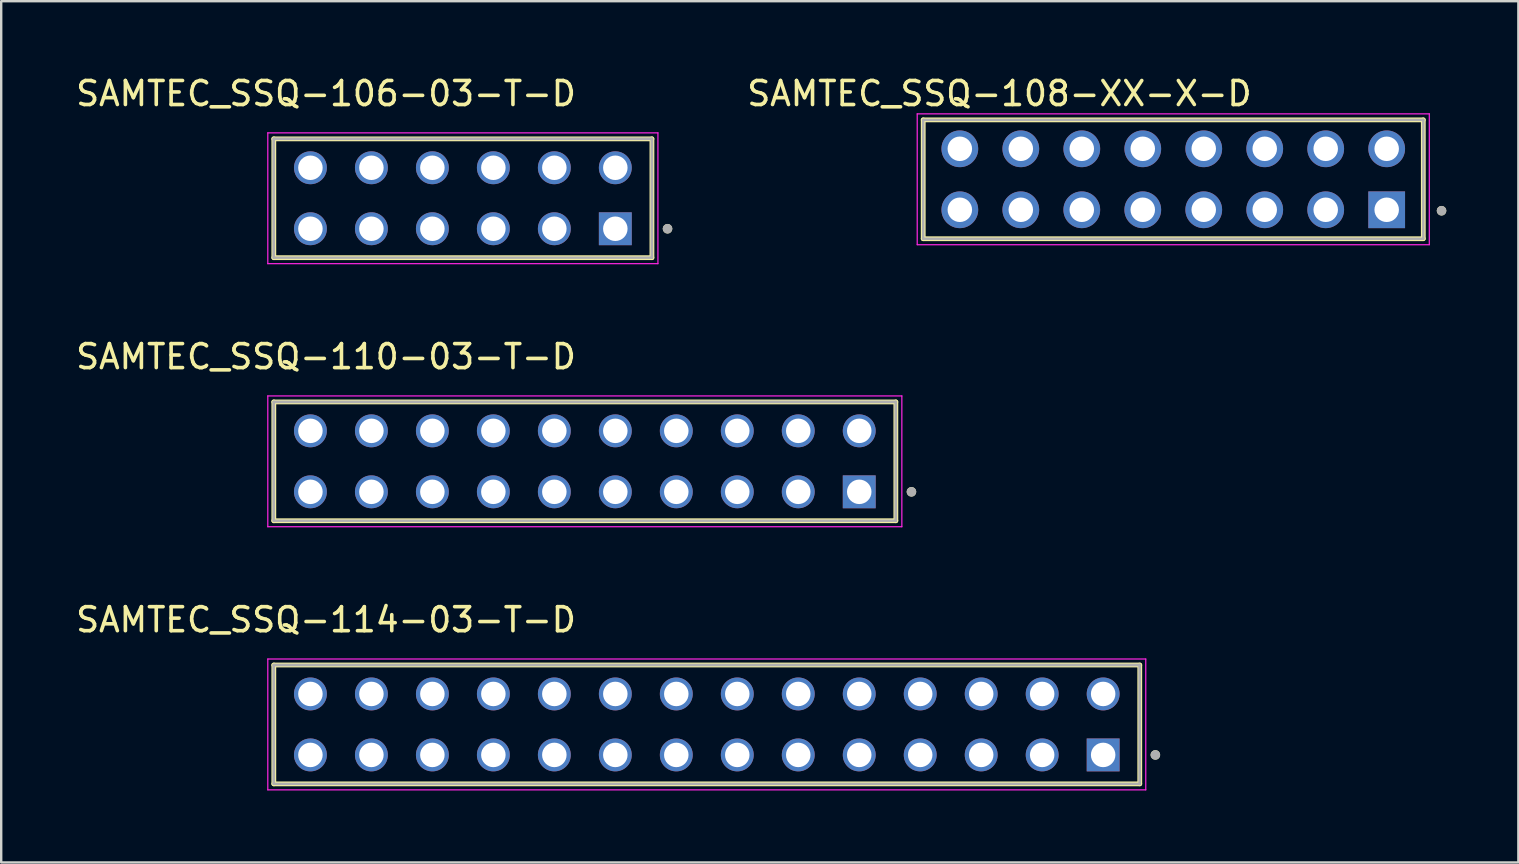
<source format=kicad_pcb>
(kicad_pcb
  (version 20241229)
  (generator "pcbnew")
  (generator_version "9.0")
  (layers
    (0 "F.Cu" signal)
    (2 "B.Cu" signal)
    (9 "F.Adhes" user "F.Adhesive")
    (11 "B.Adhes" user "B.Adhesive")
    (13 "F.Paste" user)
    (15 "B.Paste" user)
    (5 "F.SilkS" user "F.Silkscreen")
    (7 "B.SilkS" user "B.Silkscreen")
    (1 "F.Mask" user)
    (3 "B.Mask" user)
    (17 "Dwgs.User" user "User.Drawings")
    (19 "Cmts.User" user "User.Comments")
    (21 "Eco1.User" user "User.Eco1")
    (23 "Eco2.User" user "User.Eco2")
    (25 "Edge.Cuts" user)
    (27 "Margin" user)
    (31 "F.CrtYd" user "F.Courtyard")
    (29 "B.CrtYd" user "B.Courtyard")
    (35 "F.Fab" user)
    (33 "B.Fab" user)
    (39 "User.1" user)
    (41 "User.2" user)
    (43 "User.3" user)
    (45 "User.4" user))
  (footprint "SAMTEC_SSQ-106-03-T-D"
    (layer "F.Cu")
    (at 16.23 5.208)
    (property "Reference" "SAMTEC_SSQ-106-03-T-D" (at -5.7 -4.36 0) (layer "F.SilkS") (effects (font (size 1 1) (thickness 0.15))))
    (attr through_hole)
    (fp_line (start -7.875 2.475) (end -7.875 -2.475) (stroke (width 0.2) (type solid)) (layer "F.SilkS"))
    (fp_line (start 7.875 -2.475) (end -7.875 -2.475) (stroke (width 0.2) (type solid)) (layer "F.SilkS"))
    (fp_line (start 7.875 -2.475) (end 7.875 2.475) (stroke (width 0.2) (type solid)) (layer "F.SilkS"))
    (fp_line (start 7.875 2.475) (end -7.875 2.475) (stroke (width 0.2) (type solid)) (layer "F.SilkS"))
    (fp_circle (center 8.525 1.27) (end 8.625 1.27) (stroke (width 0.2) (type solid)) (fill no) (layer "F.SilkS"))
    (fp_line (start -8.125 -2.725) (end 8.125 -2.725) (stroke (width 0.05) (type solid)) (layer "F.CrtYd"))
    (fp_line (start -8.125 2.725) (end -8.125 -2.725) (stroke (width 0.05) (type solid)) (layer "F.CrtYd"))
    (fp_line (start 8.125 -2.725) (end 8.125 2.725) (stroke (width 0.05) (type solid)) (layer "F.CrtYd"))
    (fp_line (start 8.125 2.725) (end -8.125 2.725) (stroke (width 0.05) (type solid)) (layer "F.CrtYd"))
    (fp_line (start -7.875 -2.475) (end 7.875 -2.475) (stroke (width 0.1) (type solid)) (layer "F.Fab"))
    (fp_line (start -7.875 -2.475) (end 7.875 -2.475) (stroke (width 0.1) (type solid)) (layer "F.Fab"))
    (fp_line (start -7.875 2.475) (end -7.875 -2.475) (stroke (width 0.1) (type solid)) (layer "F.Fab"))
    (fp_line (start -7.875 2.475) (end -7.875 -2.475) (stroke (width 0.1) (type solid)) (layer "F.Fab"))
    (fp_line (start 7.875 -2.475) (end 7.875 2.475) (stroke (width 0.1) (type solid)) (layer "F.Fab"))
    (fp_line (start 7.875 -2.475) (end 7.875 2.475) (stroke (width 0.1) (type solid)) (layer "F.Fab"))
    (fp_line (start 7.875 2.475) (end -7.875 2.475) (stroke (width 0.1) (type solid)) (layer "F.Fab"))
    (fp_circle (center 8.525 1.27) (end 8.625 1.27) (stroke (width 0.2) (type solid)) (fill no) (layer "F.Fab"))
    (pad "01" thru_hole rect (at 6.35 1.27) (size 1.37 1.37) (drill 1.02) (layers "*.Cu" "*.Mask"))
    (pad "02" thru_hole circle (at 6.35 -1.27) (size 1.37 1.37) (drill 1.02) (layers "*.Cu" "*.Mask"))
    (pad "03" thru_hole circle (at 3.81 1.27) (size 1.37 1.37) (drill 1.02) (layers "*.Cu" "*.Mask"))
    (pad "04" thru_hole circle (at 3.81 -1.27) (size 1.37 1.37) (drill 1.02) (layers "*.Cu" "*.Mask"))
    (pad "05" thru_hole circle (at 1.27 1.27) (size 1.37 1.37) (drill 1.02) (layers "*.Cu" "*.Mask"))
    (pad "06" thru_hole circle (at 1.27 -1.27) (size 1.37 1.37) (drill 1.02) (layers "*.Cu" "*.Mask"))
    (pad "07" thru_hole circle (at -1.27 1.27) (size 1.37 1.37) (drill 1.02) (layers "*.Cu" "*.Mask"))
    (pad "08" thru_hole circle (at -1.27 -1.27) (size 1.37 1.37) (drill 1.02) (layers "*.Cu" "*.Mask"))
    (pad "09" thru_hole circle (at -3.81 1.27) (size 1.37 1.37) (drill 1.02) (layers "*.Cu" "*.Mask"))
    (pad "10" thru_hole circle (at -3.81 -1.27) (size 1.37 1.37) (drill 1.02) (layers "*.Cu" "*.Mask"))
    (pad "11" thru_hole circle (at -6.35 1.27) (size 1.37 1.37) (drill 1.02) (layers "*.Cu" "*.Mask"))
    (pad "12" thru_hole circle (at -6.35 -1.27) (size 1.37 1.37) (drill 1.02) (layers "*.Cu" "*.Mask")))
  (footprint "SAMTEC_SSQ-108-XX-X-D"
    (layer "F.Cu")
    (at 45.82 4.418)
    (property "Reference" "SAMTEC_SSQ-108-XX-X-D" (at -7.24 -3.57 0) (layer "F.SilkS") (effects (font (size 1 1) (thickness 0.15))))
    (attr through_hole)
    (fp_line (start -10.415 -2.475) (end -10.415 2.475) (stroke (width 0.2) (type solid)) (layer "F.SilkS"))
    (fp_line (start -10.415 2.475) (end 10.415 2.475) (stroke (width 0.2) (type solid)) (layer "F.SilkS"))
    (fp_line (start 10.415 -2.475) (end -10.415 -2.475) (stroke (width 0.2) (type solid)) (layer "F.SilkS"))
    (fp_line (start 10.415 2.475) (end 10.415 -2.475) (stroke (width 0.2) (type solid)) (layer "F.SilkS"))
    (fp_circle (center 11.175 1.31) (end 11.275 1.31) (stroke (width 0.2) (type solid)) (fill no) (layer "F.SilkS"))
    (fp_line (start -10.665 -2.725) (end -10.665 2.725) (stroke (width 0.05) (type solid)) (layer "F.CrtYd"))
    (fp_line (start -10.665 2.725) (end 10.665 2.725) (stroke (width 0.05) (type solid)) (layer "F.CrtYd"))
    (fp_line (start 10.665 -2.725) (end -10.665 -2.725) (stroke (width 0.05) (type solid)) (layer "F.CrtYd"))
    (fp_line (start 10.665 2.725) (end 10.665 -2.725) (stroke (width 0.05) (type solid)) (layer "F.CrtYd"))
    (fp_line (start -10.415 -2.475) (end -10.415 2.475) (stroke (width 0.1) (type solid)) (layer "F.Fab"))
    (fp_line (start -10.415 -2.475) (end 10.415 -2.475) (stroke (width 0.1) (type solid)) (layer "F.Fab"))
    (fp_line (start -10.415 2.475) (end 10.415 2.475) (stroke (width 0.1) (type solid)) (layer "F.Fab"))
    (fp_line (start 10.415 2.475) (end 10.415 -2.475) (stroke (width 0.1) (type solid)) (layer "F.Fab"))
    (fp_circle (center 11.175 1.31) (end 11.275 1.31) (stroke (width 0.2) (type solid)) (fill no) (layer "F.Fab"))
    (pad "01" thru_hole rect (at 8.89 1.27) (size 1.53 1.53) (drill 1.02) (layers "*.Cu" "*.Mask"))
    (pad "02" thru_hole circle (at 8.89 -1.27) (size 1.53 1.53) (drill 1.02) (layers "*.Cu" "*.Mask"))
    (pad "03" thru_hole circle (at 6.35 1.27) (size 1.53 1.53) (drill 1.02) (layers "*.Cu" "*.Mask"))
    (pad "04" thru_hole circle (at 6.35 -1.27) (size 1.53 1.53) (drill 1.02) (layers "*.Cu" "*.Mask"))
    (pad "05" thru_hole circle (at 3.81 1.27) (size 1.53 1.53) (drill 1.02) (layers "*.Cu" "*.Mask"))
    (pad "06" thru_hole circle (at 3.81 -1.27) (size 1.53 1.53) (drill 1.02) (layers "*.Cu" "*.Mask"))
    (pad "07" thru_hole circle (at 1.27 1.27) (size 1.53 1.53) (drill 1.02) (layers "*.Cu" "*.Mask"))
    (pad "08" thru_hole circle (at 1.27 -1.27) (size 1.53 1.53) (drill 1.02) (layers "*.Cu" "*.Mask"))
    (pad "09" thru_hole circle (at -1.27 1.27) (size 1.53 1.53) (drill 1.02) (layers "*.Cu" "*.Mask"))
    (pad "10" thru_hole circle (at -1.27 -1.27) (size 1.53 1.53) (drill 1.02) (layers "*.Cu" "*.Mask"))
    (pad "11" thru_hole circle (at -3.81 1.27) (size 1.53 1.53) (drill 1.02) (layers "*.Cu" "*.Mask"))
    (pad "12" thru_hole circle (at -3.81 -1.27) (size 1.53 1.53) (drill 1.02) (layers "*.Cu" "*.Mask"))
    (pad "13" thru_hole circle (at -6.35 1.27) (size 1.53 1.53) (drill 1.02) (layers "*.Cu" "*.Mask"))
    (pad "14" thru_hole circle (at -6.35 -1.27) (size 1.53 1.53) (drill 1.02) (layers "*.Cu" "*.Mask"))
    (pad "15" thru_hole circle (at -8.89 1.27) (size 1.53 1.53) (drill 1.02) (layers "*.Cu" "*.Mask"))
    (pad "16" thru_hole circle (at -8.89 -1.27) (size 1.53 1.53) (drill 1.02) (layers "*.Cu" "*.Mask")))
  (footprint "SAMTEC_SSQ-114-03-T-D"
    (layer "F.Cu")
    (at 26.39 27.125)
    (property "Reference" "SAMTEC_SSQ-114-03-T-D" (at -15.86 -4.36 0) (layer "F.SilkS") (effects (font (size 1 1) (thickness 0.15))))
    (attr through_hole)
    (fp_line (start -18.035 2.475) (end -18.035 -2.475) (stroke (width 0.2) (type solid)) (layer "F.SilkS"))
    (fp_line (start 18.035 -2.475) (end -18.035 -2.475) (stroke (width 0.2) (type solid)) (layer "F.SilkS"))
    (fp_line (start 18.035 -2.475) (end 18.035 2.475) (stroke (width 0.2) (type solid)) (layer "F.SilkS"))
    (fp_line (start 18.035 2.475) (end -18.035 2.475) (stroke (width 0.2) (type solid)) (layer "F.SilkS"))
    (fp_circle (center 18.685 1.27) (end 18.785 1.27) (stroke (width 0.2) (type solid)) (fill no) (layer "F.SilkS"))
    (fp_line (start -18.285 -2.725) (end 18.285 -2.725) (stroke (width 0.05) (type solid)) (layer "F.CrtYd"))
    (fp_line (start -18.285 2.725) (end -18.285 -2.725) (stroke (width 0.05) (type solid)) (layer "F.CrtYd"))
    (fp_line (start 18.285 -2.725) (end 18.285 2.725) (stroke (width 0.05) (type solid)) (layer "F.CrtYd"))
    (fp_line (start 18.285 2.725) (end -18.285 2.725) (stroke (width 0.05) (type solid)) (layer "F.CrtYd"))
    (fp_line (start -18.035 -2.475) (end 18.035 -2.475) (stroke (width 0.1) (type solid)) (layer "F.Fab"))
    (fp_line (start -18.035 -2.475) (end 18.035 -2.475) (stroke (width 0.1) (type solid)) (layer "F.Fab"))
    (fp_line (start -18.035 2.475) (end -18.035 -2.475) (stroke (width 0.1) (type solid)) (layer "F.Fab"))
    (fp_line (start -18.035 2.475) (end -18.035 -2.475) (stroke (width 0.1) (type solid)) (layer "F.Fab"))
    (fp_line (start 18.035 -2.475) (end 18.035 2.475) (stroke (width 0.1) (type solid)) (layer "F.Fab"))
    (fp_line (start 18.035 -2.475) (end 18.035 2.475) (stroke (width 0.1) (type solid)) (layer "F.Fab"))
    (fp_line (start 18.035 2.475) (end -18.035 2.475) (stroke (width 0.1) (type solid)) (layer "F.Fab"))
    (fp_circle (center 18.685 1.27) (end 18.785 1.27) (stroke (width 0.2) (type solid)) (fill no) (layer "F.Fab"))
    (pad "01" thru_hole rect (at 16.51 1.27) (size 1.37 1.37) (drill 1.02) (layers "*.Cu" "*.Mask"))
    (pad "02" thru_hole circle (at 16.51 -1.27) (size 1.37 1.37) (drill 1.02) (layers "*.Cu" "*.Mask"))
    (pad "03" thru_hole circle (at 13.97 1.27) (size 1.37 1.37) (drill 1.02) (layers "*.Cu" "*.Mask"))
    (pad "04" thru_hole circle (at 13.97 -1.27) (size 1.37 1.37) (drill 1.02) (layers "*.Cu" "*.Mask"))
    (pad "05" thru_hole circle (at 11.43 1.27) (size 1.37 1.37) (drill 1.02) (layers "*.Cu" "*.Mask"))
    (pad "06" thru_hole circle (at 11.43 -1.27) (size 1.37 1.37) (drill 1.02) (layers "*.Cu" "*.Mask"))
    (pad "07" thru_hole circle (at 8.89 1.27) (size 1.37 1.37) (drill 1.02) (layers "*.Cu" "*.Mask"))
    (pad "08" thru_hole circle (at 8.89 -1.27) (size 1.37 1.37) (drill 1.02) (layers "*.Cu" "*.Mask"))
    (pad "09" thru_hole circle (at 6.35 1.27) (size 1.37 1.37) (drill 1.02) (layers "*.Cu" "*.Mask"))
    (pad "10" thru_hole circle (at 6.35 -1.27) (size 1.37 1.37) (drill 1.02) (layers "*.Cu" "*.Mask"))
    (pad "11" thru_hole circle (at 3.81 1.27) (size 1.37 1.37) (drill 1.02) (layers "*.Cu" "*.Mask"))
    (pad "12" thru_hole circle (at 3.81 -1.27) (size 1.37 1.37) (drill 1.02) (layers "*.Cu" "*.Mask"))
    (pad "13" thru_hole circle (at 1.27 1.27) (size 1.37 1.37) (drill 1.02) (layers "*.Cu" "*.Mask"))
    (pad "14" thru_hole circle (at 1.27 -1.27) (size 1.37 1.37) (drill 1.02) (layers "*.Cu" "*.Mask"))
    (pad "15" thru_hole circle (at -1.27 1.27) (size 1.37 1.37) (drill 1.02) (layers "*.Cu" "*.Mask"))
    (pad "16" thru_hole circle (at -1.27 -1.27) (size 1.37 1.37) (drill 1.02) (layers "*.Cu" "*.Mask"))
    (pad "17" thru_hole circle (at -3.81 1.27) (size 1.37 1.37) (drill 1.02) (layers "*.Cu" "*.Mask"))
    (pad "18" thru_hole circle (at -3.81 -1.27) (size 1.37 1.37) (drill 1.02) (layers "*.Cu" "*.Mask"))
    (pad "19" thru_hole circle (at -6.35 1.27) (size 1.37 1.37) (drill 1.02) (layers "*.Cu" "*.Mask"))
    (pad "20" thru_hole circle (at -6.35 -1.27) (size 1.37 1.37) (drill 1.02) (layers "*.Cu" "*.Mask"))
    (pad "21" thru_hole circle (at -8.89 1.27) (size 1.37 1.37) (drill 1.02) (layers "*.Cu" "*.Mask"))
    (pad "22" thru_hole circle (at -8.89 -1.27) (size 1.37 1.37) (drill 1.02) (layers "*.Cu" "*.Mask"))
    (pad "23" thru_hole circle (at -11.43 1.27) (size 1.37 1.37) (drill 1.02) (layers "*.Cu" "*.Mask"))
    (pad "24" thru_hole circle (at -11.43 -1.27) (size 1.37 1.37) (drill 1.02) (layers "*.Cu" "*.Mask"))
    (pad "25" thru_hole circle (at -13.97 1.27) (size 1.37 1.37) (drill 1.02) (layers "*.Cu" "*.Mask"))
    (pad "26" thru_hole circle (at -13.97 -1.27) (size 1.37 1.37) (drill 1.02) (layers "*.Cu" "*.Mask"))
    (pad "27" thru_hole circle (at -16.51 1.27) (size 1.37 1.37) (drill 1.02) (layers "*.Cu" "*.Mask"))
    (pad "28" thru_hole circle (at -16.51 -1.27) (size 1.37 1.37) (drill 1.02) (layers "*.Cu" "*.Mask")))
  (footprint "SAMTEC_SSQ-110-03-T-D"
    (layer "F.Cu")
    (at 21.31 16.166)
    (property "Reference" "SAMTEC_SSQ-110-03-T-D" (at -10.78 -4.36 0) (layer "F.SilkS") (effects (font (size 1 1) (thickness 0.15))))
    (attr through_hole)
    (fp_line (start -12.955 2.475) (end -12.955 -2.475) (stroke (width 0.2) (type solid)) (layer "F.SilkS"))
    (fp_line (start 12.955 -2.475) (end -12.955 -2.475) (stroke (width 0.2) (type solid)) (layer "F.SilkS"))
    (fp_line (start 12.955 -2.475) (end 12.955 2.475) (stroke (width 0.2) (type solid)) (layer "F.SilkS"))
    (fp_line (start 12.955 2.475) (end -12.955 2.475) (stroke (width 0.2) (type solid)) (layer "F.SilkS"))
    (fp_circle (center 13.605 1.27) (end 13.705 1.27) (stroke (width 0.2) (type solid)) (fill no) (layer "F.SilkS"))
    (fp_line (start -13.205 -2.725) (end 13.205 -2.725) (stroke (width 0.05) (type solid)) (layer "F.CrtYd"))
    (fp_line (start -13.205 2.725) (end -13.205 -2.725) (stroke (width 0.05) (type solid)) (layer "F.CrtYd"))
    (fp_line (start 13.205 -2.725) (end 13.205 2.725) (stroke (width 0.05) (type solid)) (layer "F.CrtYd"))
    (fp_line (start 13.205 2.725) (end -13.205 2.725) (stroke (width 0.05) (type solid)) (layer "F.CrtYd"))
    (fp_line (start -12.955 -2.475) (end 12.955 -2.475) (stroke (width 0.1) (type solid)) (layer "F.Fab"))
    (fp_line (start -12.955 -2.475) (end 12.955 -2.475) (stroke (width 0.1) (type solid)) (layer "F.Fab"))
    (fp_line (start -12.955 2.475) (end -12.955 -2.475) (stroke (width 0.1) (type solid)) (layer "F.Fab"))
    (fp_line (start -12.955 2.475) (end -12.955 -2.475) (stroke (width 0.1) (type solid)) (layer "F.Fab"))
    (fp_line (start 12.955 -2.475) (end 12.955 2.475) (stroke (width 0.1) (type solid)) (layer "F.Fab"))
    (fp_line (start 12.955 -2.475) (end 12.955 2.475) (stroke (width 0.1) (type solid)) (layer "F.Fab"))
    (fp_line (start 12.955 2.475) (end -12.955 2.475) (stroke (width 0.1) (type solid)) (layer "F.Fab"))
    (fp_circle (center 13.605 1.27) (end 13.705 1.27) (stroke (width 0.2) (type solid)) (fill no) (layer "F.Fab"))
    (pad "01" thru_hole rect (at 11.43 1.27) (size 1.37 1.37) (drill 1.02) (layers "*.Cu" "*.Mask"))
    (pad "02" thru_hole circle (at 11.43 -1.27) (size 1.37 1.37) (drill 1.02) (layers "*.Cu" "*.Mask"))
    (pad "03" thru_hole circle (at 8.89 1.27) (size 1.37 1.37) (drill 1.02) (layers "*.Cu" "*.Mask"))
    (pad "04" thru_hole circle (at 8.89 -1.27) (size 1.37 1.37) (drill 1.02) (layers "*.Cu" "*.Mask"))
    (pad "05" thru_hole circle (at 6.35 1.27) (size 1.37 1.37) (drill 1.02) (layers "*.Cu" "*.Mask"))
    (pad "06" thru_hole circle (at 6.35 -1.27) (size 1.37 1.37) (drill 1.02) (layers "*.Cu" "*.Mask"))
    (pad "07" thru_hole circle (at 3.81 1.27) (size 1.37 1.37) (drill 1.02) (layers "*.Cu" "*.Mask"))
    (pad "08" thru_hole circle (at 3.81 -1.27) (size 1.37 1.37) (drill 1.02) (layers "*.Cu" "*.Mask"))
    (pad "09" thru_hole circle (at 1.27 1.27) (size 1.37 1.37) (drill 1.02) (layers "*.Cu" "*.Mask"))
    (pad "10" thru_hole circle (at 1.27 -1.27) (size 1.37 1.37) (drill 1.02) (layers "*.Cu" "*.Mask"))
    (pad "11" thru_hole circle (at -1.27 1.27) (size 1.37 1.37) (drill 1.02) (layers "*.Cu" "*.Mask"))
    (pad "12" thru_hole circle (at -1.27 -1.27) (size 1.37 1.37) (drill 1.02) (layers "*.Cu" "*.Mask"))
    (pad "13" thru_hole circle (at -3.81 1.27) (size 1.37 1.37) (drill 1.02) (layers "*.Cu" "*.Mask"))
    (pad "14" thru_hole circle (at -3.81 -1.27) (size 1.37 1.37) (drill 1.02) (layers "*.Cu" "*.Mask"))
    (pad "15" thru_hole circle (at -6.35 1.27) (size 1.37 1.37) (drill 1.02) (layers "*.Cu" "*.Mask"))
    (pad "16" thru_hole circle (at -6.35 -1.27) (size 1.37 1.37) (drill 1.02) (layers "*.Cu" "*.Mask"))
    (pad "17" thru_hole circle (at -8.89 1.27) (size 1.37 1.37) (drill 1.02) (layers "*.Cu" "*.Mask"))
    (pad "18" thru_hole circle (at -8.89 -1.27) (size 1.37 1.37) (drill 1.02) (layers "*.Cu" "*.Mask"))
    (pad "19" thru_hole circle (at -11.43 1.27) (size 1.37 1.37) (drill 1.02) (layers "*.Cu" "*.Mask"))
    (pad "20" thru_hole circle (at -11.43 -1.27) (size 1.37 1.37) (drill 1.02) (layers "*.Cu" "*.Mask")))
  (gr_rect
    (start -3 -3)
    (end 60.195 32.875)
    (stroke (width 0.1) (type default))
    (fill no)
    (layer "Edge.Cuts")))
</source>
